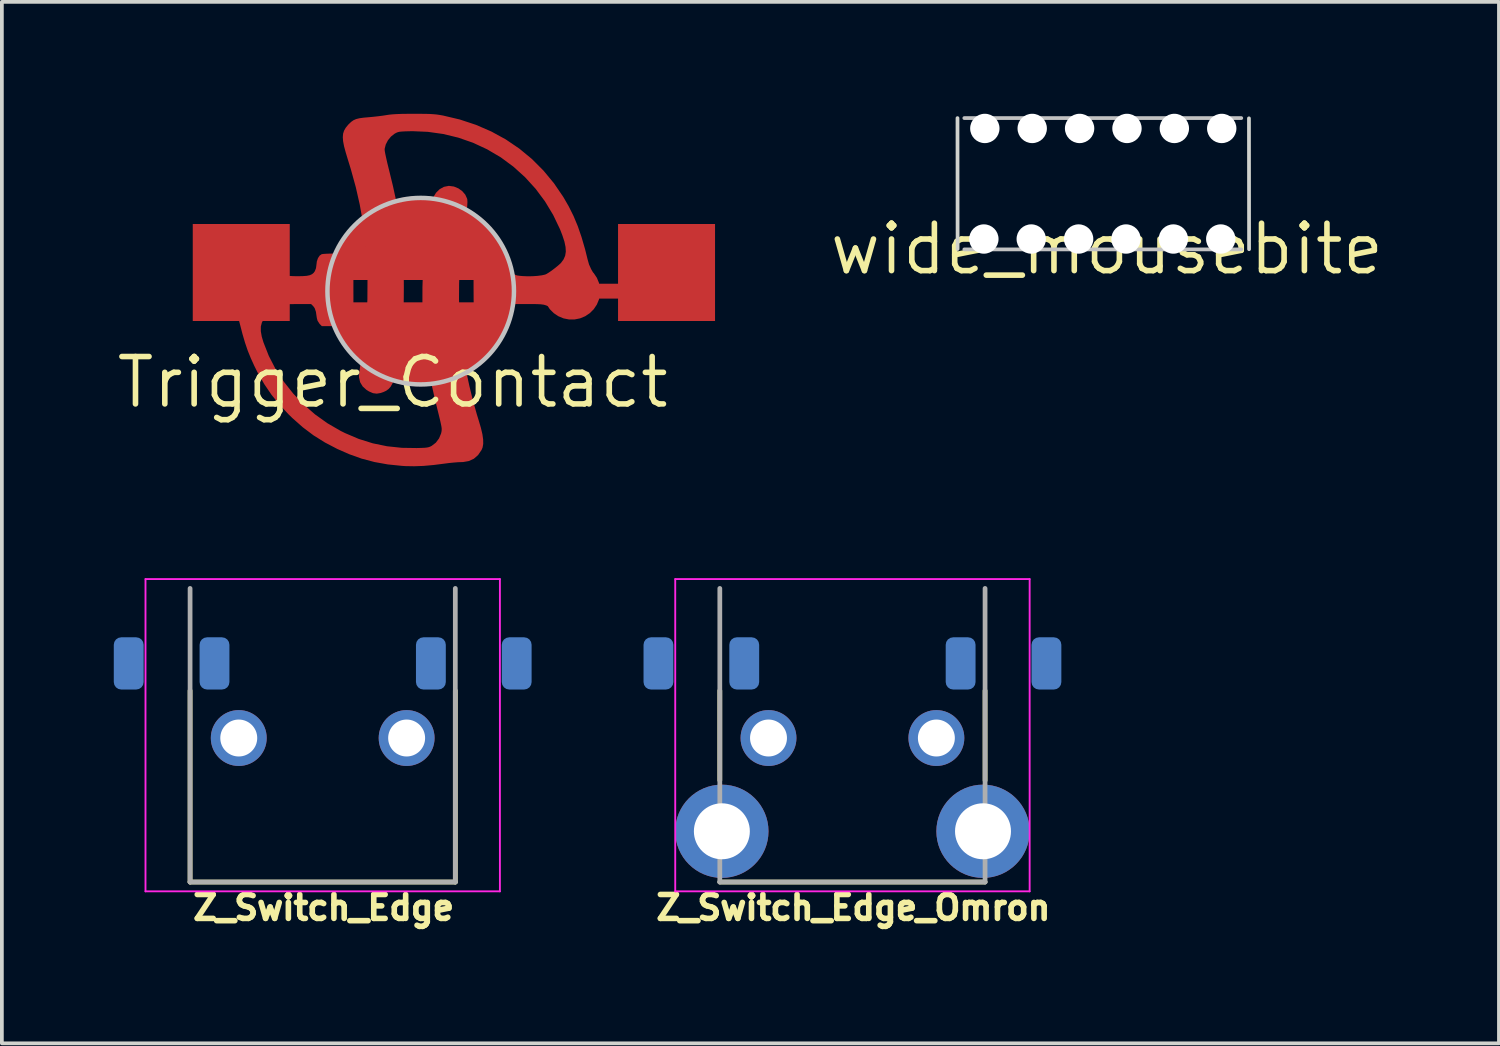
<source format=kicad_pcb>
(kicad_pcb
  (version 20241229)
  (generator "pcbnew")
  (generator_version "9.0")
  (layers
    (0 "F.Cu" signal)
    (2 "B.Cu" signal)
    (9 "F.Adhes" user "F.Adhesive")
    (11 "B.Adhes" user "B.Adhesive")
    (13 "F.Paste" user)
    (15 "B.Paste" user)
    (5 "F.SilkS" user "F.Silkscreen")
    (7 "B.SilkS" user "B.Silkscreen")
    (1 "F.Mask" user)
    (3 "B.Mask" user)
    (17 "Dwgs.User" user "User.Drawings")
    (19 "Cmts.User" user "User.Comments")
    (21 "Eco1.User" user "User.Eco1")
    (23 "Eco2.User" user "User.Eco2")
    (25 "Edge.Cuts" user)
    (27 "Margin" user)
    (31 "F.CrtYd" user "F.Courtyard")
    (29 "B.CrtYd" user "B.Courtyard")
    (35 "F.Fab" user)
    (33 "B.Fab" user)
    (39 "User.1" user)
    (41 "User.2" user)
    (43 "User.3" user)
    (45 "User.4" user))
  (footprint "Z_Switch_Edge_Omron"
    (layer "F.Cu")
    (at 19.8 16.733)
    (property "Reference" "Z_Switch_Edge_Omron" (at 0.026 4.546 0) (layer "F.SilkS") (effects (font (size 0.641 0.641) (thickness 0.15))))
    (attr through_hole)
    (fp_line (start -3.555 -1.27) (end -3.555 1.133) (stroke (width 0.127) (type solid)) (layer "F.SilkS"))
    (fp_line (start -3.555 3.86) (end 3.555 3.86) (stroke (width 0.127) (type solid)) (layer "F.SilkS"))
    (fp_line (start 3.556 1.138) (end 3.555 -1.27) (stroke (width 0.127) (type solid)) (layer "F.SilkS"))
    (fp_line (start -4.75 -4.26) (end -4.75 4.11) (stroke (width 0.05) (type solid)) (layer "F.CrtYd"))
    (fp_line (start -4.75 4.11) (end 4.75 4.11) (stroke (width 0.05) (type solid)) (layer "F.CrtYd"))
    (fp_line (start 4.75 -4.26) (end -4.75 -4.26) (stroke (width 0.05) (type solid)) (layer "F.CrtYd"))
    (fp_line (start 4.75 4.11) (end 4.75 -4.26) (stroke (width 0.05) (type solid)) (layer "F.CrtYd"))
    (fp_line (start -3.555 -4.01) (end -3.555 3.86) (stroke (width 0.127) (type solid)) (layer "F.Fab"))
    (fp_line (start -3.555 3.86) (end 3.555 3.86) (stroke (width 0.127) (type solid)) (layer "F.Fab"))
    (fp_line (start 3.555 3.86) (end 3.555 -4.01) (stroke (width 0.127) (type solid)) (layer "F.Fab"))
    (pad "1" thru_hole circle (at -2.25 0) (size 1.498 1.498) (drill 0.99) (layers "*.Cu" "*.Mask"))
    (pad "2" thru_hole circle (at 2.25 0) (size 1.498 1.498) (drill 0.99) (layers "*.Cu" "*.Mask"))
    (pad "3" smd roundrect (at -5.2 -2) (size 0.8 1.4) (layers "B.Cu" "B.Mask" "F.Paste") (roundrect_rratio 0.25))
    (pad "4" smd roundrect (at -2.9 -2) (size 0.8 1.4) (layers "B.Cu" "B.Mask" "F.Paste") (roundrect_rratio 0.25))
    (pad "5" smd roundrect (at 2.9 -2) (size 0.8 1.4) (layers "B.Cu" "B.Mask" "F.Paste") (roundrect_rratio 0.25))
    (pad "6" smd roundrect (at 5.2 -2) (size 0.8 1.4) (layers "B.Cu" "B.Mask" "F.Paste") (roundrect_rratio 0.25))
    (pad "MP" thru_hole circle (at -3.5 2.5) (size 2.5 2.5) (drill 1.5) (layers "*.Cu" "*.Mask"))
    (pad "MP" thru_hole circle (at 3.5 2.5) (size 2.5 2.5) (drill 1.5) (layers "*.Cu" "*.Mask")))
  (footprint "wide_mousebite"
    (layer "F.Cu")
    (at 26.623 3.624)
    (property "Reference" "wide_mousebite" (at 0 0 180) (layer "F.SilkS") (effects (font (size 1.27 1.27) (thickness 0.15))))
    (fp_line (start -3.824 0.011) (end 3.6 0.011) (stroke (width 0.1) (type solid)) (layer "Dwgs.User"))
    (fp_line (start 3.6 -3.509) (end -3.824 -3.509) (stroke (width 0.1) (type solid)) (layer "Dwgs.User"))
    (fp_line (start -4.007 -3.508) (end -4.004 0) (stroke (width 0.1) (type solid)) (layer "Edge.Cuts"))
    (fp_line (start 3.806 -3.502) (end 3.809 0.006) (stroke (width 0.1) (type solid)) (layer "Edge.Cuts"))
    (pad "" np_thru_hole circle (at -3.3 -0.267) (size 0.787 0.787) (drill 0.787) (layers "*.Cu" "*.Mask"))
    (pad "" np_thru_hole circle (at -3.274 -3.231 180) (size 0.787 0.787) (drill 0.787) (layers "*.Cu" "*.Mask"))
    (pad "" np_thru_hole circle (at -2.03 -0.267) (size 0.787 0.787) (drill 0.787) (layers "*.Cu" "*.Mask"))
    (pad "" np_thru_hole circle (at -2.004 -3.231 180) (size 0.787 0.787) (drill 0.787) (layers "*.Cu" "*.Mask"))
    (pad "" np_thru_hole circle (at -0.76 -0.267) (size 0.787 0.787) (drill 0.787) (layers "*.Cu" "*.Mask"))
    (pad "" np_thru_hole circle (at -0.734 -3.231 180) (size 0.787 0.787) (drill 0.787) (layers "*.Cu" "*.Mask"))
    (pad "" np_thru_hole circle (at 0.51 -0.267) (size 0.787 0.787) (drill 0.787) (layers "*.Cu" "*.Mask"))
    (pad "" np_thru_hole circle (at 0.536 -3.231 180) (size 0.787 0.787) (drill 0.787) (layers "*.Cu" "*.Mask"))
    (pad "" np_thru_hole circle (at 1.78 -0.267) (size 0.787 0.787) (drill 0.787) (layers "*.Cu" "*.Mask"))
    (pad "" np_thru_hole circle (at 1.806 -3.231 180) (size 0.787 0.787) (drill 0.787) (layers "*.Cu" "*.Mask"))
    (pad "" np_thru_hole circle (at 3.05 -0.267) (size 0.787 0.787) (drill 0.787) (layers "*.Cu" "*.Mask"))
    (pad "" np_thru_hole circle (at 3.076 -3.231 180) (size 0.787 0.787) (drill 0.787) (layers "*.Cu" "*.Mask")))
  (footprint "Trigger_Contact"
    (layer "F.Cu")
    (at 8.227 4.755)
    (property "Reference" "Trigger_Contact" (at -0.751 2.442 180) (layer "F.SilkS") (effects (font (size 1.27 1.27) (thickness 0.15))))
    (attr through_hole)
    (fp_circle (center 0 0) (end 3.2 0) (stroke (width 0.12) (type solid)) (fill yes) (layer "F.Mask"))
    (fp_circle (center 0 0) (end 0 -2.5) (stroke (width 0.12) (type solid)) (fill no) (layer "Dwgs.User"))
    (pad "1" smd custom (at -4.45 0 90) (size 1.524 1.524) (layers "F.Cu" "F.Mask" "F.Paste") (options (anchor circle)) (primitives (gr_rect (start -0.8 -1.66) (end 1.8 0.94) (width 0) (fill yes)) (gr_poly (pts (xy 0.252 -0.691) (xy 0.406 -0.622) (xy 0.542 -0.517) (xy 0.562 -0.495) (xy 0.646 -0.394) (xy 0.702 -0.297) (xy 0.735 -0.19) (xy 0.749 -0.061) (xy 0.75 0.007) (xy 0.748 0.108) (xy 0.742 0.179) (xy 0.729 0.235) (xy 0.707 0.289) (xy 0.694 0.315) (xy 0.647 0.392) (xy 0.588 0.478) (xy 0.55 0.527) (xy 0.494 0.603) (xy 0.453 0.683) (xy 0.424 0.775) (xy 0.407 0.887) (xy 0.398 1.027) (xy 0.396 1.134) (xy 0.398 1.282) (xy 0.406 1.394) (xy 0.423 1.478) (xy 0.451 1.54) (xy 0.49 1.586) (xy 0.532 1.616) (xy 0.614 1.648) (xy 0.697 1.659) (xy 0.796 1.671) (xy 0.884 1.701) (xy 0.951 1.746) (xy 0.987 1.799) (xy 0.987 1.8) (xy 0.993 1.842) (xy 0.998 1.917) (xy 1.002 2.016) (xy 1.004 2.128) (xy 1.004 2.167) (xy 1.004 2.278) (xy 1.003 2.371) (xy 0.996 2.447) (xy 0.98 2.506) (xy 0.952 2.552) (xy 0.907 2.587) (xy 0.842 2.61) (xy 0.754 2.626) (xy 0.638 2.635) (xy 0.492 2.639) (xy 0.311 2.641) (xy 0.092 2.641) (xy 0.051 2.641) (xy -0.178 2.642) (xy -0.369 2.641) (xy -0.525 2.638) (xy -0.649 2.63) (xy -0.745 2.615) (xy -0.817 2.592) (xy -0.867 2.558) (xy -0.901 2.512) (xy -0.921 2.451) (xy -0.93 2.375) (xy -0.933 2.28) (xy -0.933 2.166) (xy -0.933 2.119) (xy -0.933 1.803) (xy -0.874 1.744) (xy -0.791 1.69) (xy -0.725 1.672) (xy -0.642 1.659) (xy -0.556 1.647) (xy -0.548 1.645) (xy -0.451 1.612) (xy -0.399 1.573) (xy -0.34 1.514) (xy -0.341 1.136) (xy -0.342 0.974) (xy -0.349 0.846) (xy -0.363 0.742) (xy -0.389 0.656) (xy -0.429 0.577) (xy -0.486 0.498) (xy -0.564 0.409) (xy -0.632 0.338) (xy -0.732 0.248) (xy -0.835 0.189) (xy -0.946 0.16) (xy -1.073 0.159) (xy -1.221 0.185) (xy -1.372 0.23) (xy -1.74 0.375) (xy -2.094 0.558) (xy -2.43 0.777) (xy -2.747 1.028) (xy -3.041 1.309) (xy -3.308 1.616) (xy -3.545 1.948) (xy -3.75 2.302) (xy -3.809 2.421) (xy -3.966 2.79) (xy -4.083 3.164) (xy -4.162 3.547) (xy -4.204 3.944) (xy -4.21 4.339) (xy -4.207 4.463) (xy -4.203 4.554) (xy -4.196 4.619) (xy -4.186 4.667) (xy -4.171 4.707) (xy -4.151 4.747) (xy -4.15 4.748) (xy -4.064 4.86) (xy -3.949 4.946) (xy -3.816 5.001) (xy -3.8 5.005) (xy -3.762 5.013) (xy -3.727 5.017) (xy -3.688 5.018) (xy -3.641 5.013) (xy -3.578 5.001) (xy -3.495 4.983) (xy -3.385 4.957) (xy -3.243 4.922) (xy -3.159 4.901) (xy -2.824 4.82) (xy -2.519 4.751) (xy -2.233 4.694) (xy -1.956 4.646) (xy -1.677 4.605) (xy -1.386 4.569) (xy -1.208 4.55) (xy -0.789 4.517) (xy -0.345 4.501) (xy 0.114 4.502) (xy 0.58 4.518) (xy 1.042 4.55) (xy 1.493 4.596) (xy 1.922 4.657) (xy 2.322 4.731) (xy 2.365 4.741) (xy 2.513 4.79) (xy 2.635 4.865) (xy 2.73 4.961) (xy 2.792 5.074) (xy 2.817 5.2) (xy 2.817 5.212) (xy 2.8 5.339) (xy 2.751 5.458) (xy 2.677 5.561) (xy 2.584 5.641) (xy 2.478 5.689) (xy 2.457 5.694) (xy 2.387 5.698) (xy 2.281 5.692) (xy 2.138 5.675) (xy 1.956 5.648) (xy 1.776 5.617) (xy 1.423 5.562) (xy 1.039 5.52) (xy 0.633 5.491) (xy 0.214 5.475) (xy -0.208 5.472) (xy -0.624 5.481) (xy -1.024 5.505) (xy -1.4 5.542) (xy -1.42 5.544) (xy -1.774 5.596) (xy -2.153 5.666) (xy -2.543 5.75) (xy -2.931 5.845) (xy -3.303 5.95) (xy -3.462 5.999) (xy -3.665 6.059) (xy -3.835 6.099) (xy -3.977 6.119) (xy -4.093 6.121) (xy -4.189 6.104) (xy -4.252 6.078) (xy -4.388 5.986) (xy -4.487 5.873) (xy -4.549 5.738) (xy -4.576 5.582) (xy -4.577 5.533) (xy -4.58 5.448) (xy -4.589 5.337) (xy -4.601 5.213) (xy -4.617 5.092) (xy -4.655 4.792) (xy -4.679 4.523) (xy -4.688 4.274) (xy -4.684 4.038) (xy -4.678 3.95) (xy -4.639 3.568) (xy -4.575 3.212) (xy -4.485 2.871) (xy -4.365 2.535) (xy -4.226 2.219) (xy -4.051 1.884) (xy -3.86 1.579) (xy -3.645 1.293) (xy -3.398 1.014) (xy -3.304 0.917) (xy -3.039 0.669) (xy -2.77 0.452) (xy -2.488 0.26) (xy -2.18 0.084) (xy -2.002 -0.005) (xy -1.796 -0.099) (xy -1.594 -0.181) (xy -1.383 -0.253) (xy -1.152 -0.321) (xy -0.943 -0.375) (xy -0.786 -0.416) (xy -0.665 -0.453) (xy -0.573 -0.487) (xy -0.506 -0.521) (xy -0.499 -0.526) (xy -0.386 -0.595) (xy -0.299 -0.644) (xy -0.227 -0.677) (xy -0.163 -0.698) (xy -0.095 -0.712) (xy -0.094 -0.713) (xy 0.084 -0.722) (xy 0.252 -0.691)) (width 0.01) (fill yes))))
    (pad "1" smd custom (at 0 0.6 180) (size 0.001 0.001) (layers "F.Cu" "F.Mask" "F.Paste") (options (anchor circle)) (primitives (gr_poly (pts (xy 2.4 0.2) (xy 2.373 0.046) (xy 2.285 -0.253) (xy 2.159 -0.539) (xy 1.997 -0.806) (xy 1.803 -1.05) (xy 1.579 -1.267) (xy 1.329 -1.454) (xy 1.057 -1.607) (xy 0.767 -1.725) (xy 0.466 -1.804) (xy 0.156 -1.844) (xy -0.156 -1.844) (xy -0.466 -1.804) (xy -0.767 -1.725) (xy -1.057 -1.607) (xy -1.329 -1.454) (xy -1.579 -1.267) (xy -1.803 -1.05) (xy -1.997 -0.806) (xy -2.159 -0.539) (xy -2.285 -0.253) (xy -2.373 0.046) (xy -2.4 0.2)) (width 0.2) (fill yes))))
    (pad "2" smd custom (at 0 -0.6) (size 0.001 0.001) (layers "F.Cu" "F.Mask" "F.Paste") (options (anchor circle)) (primitives (gr_poly (pts (xy 2.4 0.2) (xy 2.373 0.046) (xy 2.285 -0.253) (xy 2.159 -0.539) (xy 1.997 -0.806) (xy 1.803 -1.05) (xy 1.579 -1.267) (xy 1.329 -1.454) (xy 1.057 -1.607) (xy 0.767 -1.725) (xy 0.466 -1.804) (xy 0.156 -1.844) (xy -0.156 -1.844) (xy -0.466 -1.804) (xy -0.767 -1.725) (xy -1.057 -1.607) (xy -1.329 -1.454) (xy -1.579 -1.267) (xy -1.803 -1.05) (xy -1.997 -0.806) (xy -2.159 -0.539) (xy -2.285 -0.253) (xy -2.373 0.046) (xy -2.4 0.2)) (width 0.2) (fill yes))))
    (pad "2" smd custom (at 4.05 0 90) (size 1.524 1.524) (layers "F.Cu" "F.Mask" "F.Paste") (options (anchor circle)) (primitives (gr_line (start 0 0) (end 0 2) (width 0.4)) (gr_rect (start -0.8 1.24) (end 1.8 3.84) (width 0) (fill yes)) (gr_poly (pts (xy 4.221 -6.125) (xy 4.302 -6.099) (xy 4.377 -6.056) (xy 4.451 -5.996) (xy 4.472 -5.977) (xy 4.532 -5.914) (xy 4.576 -5.852) (xy 4.608 -5.781) (xy 4.63 -5.693) (xy 4.646 -5.578) (xy 4.656 -5.462) (xy 4.668 -5.333) (xy 4.683 -5.196) (xy 4.699 -5.069) (xy 4.713 -4.98) (xy 4.726 -4.897) (xy 4.735 -4.804) (xy 4.742 -4.694) (xy 4.747 -4.56) (xy 4.749 -4.396) (xy 4.75 -4.238) (xy 4.749 -4.063) (xy 4.748 -3.923) (xy 4.745 -3.809) (xy 4.739 -3.715) (xy 4.732 -3.633) (xy 4.721 -3.555) (xy 4.707 -3.473) (xy 4.703 -3.452) (xy 4.596 -3) (xy 4.453 -2.568) (xy 4.275 -2.158) (xy 4.063 -1.771) (xy 3.817 -1.409) (xy 3.539 -1.072) (xy 3.228 -0.762) (xy 2.887 -0.48) (xy 2.525 -0.233) (xy 2.272 -0.087) (xy 2.014 0.042) (xy 1.741 0.156) (xy 1.447 0.257) (xy 1.125 0.351) (xy 0.858 0.417) (xy 0.713 0.458) (xy 0.587 0.515) (xy 0.516 0.556) (xy 0.435 0.605) (xy 0.359 0.647) (xy 0.301 0.677) (xy 0.292 0.681) (xy 0.186 0.71) (xy 0.062 0.723) (xy -0.061 0.719) (xy -0.088 0.715) (xy -0.231 0.671) (xy -0.369 0.593) (xy -0.491 0.489) (xy -0.587 0.367) (xy -0.611 0.322) (xy -0.664 0.173) (xy -0.683 0.008) (xy -0.676 -0.109) (xy -0.658 -0.205) (xy -0.63 -0.287) (xy -0.587 -0.369) (xy -0.52 -0.464) (xy -0.496 -0.496) (xy -0.443 -0.566) (xy -0.404 -0.626) (xy -0.377 -0.684) (xy -0.358 -0.749) (xy -0.347 -0.829) (xy -0.342 -0.931) (xy -0.34 -1.063) (xy -0.34 -1.139) (xy -0.34 -1.512) (xy -0.409 -1.58) (xy -0.451 -1.617) (xy -0.493 -1.64) (xy -0.55 -1.654) (xy -0.633 -1.663) (xy -0.735 -1.676) (xy -0.812 -1.696) (xy -0.867 -1.728) (xy -0.905 -1.78) (xy -0.927 -1.855) (xy -0.939 -1.959) (xy -0.943 -2.098) (xy -0.943 -2.153) (xy -0.943 -2.275) (xy -0.94 -2.362) (xy -0.934 -2.424) (xy -0.925 -2.469) (xy -0.91 -2.505) (xy -0.9 -2.523) (xy -0.863 -2.574) (xy -0.817 -2.6) (xy -0.762 -2.612) (xy -0.72 -2.615) (xy -0.64 -2.618) (xy -0.529 -2.621) (xy -0.392 -2.624) (xy -0.235 -2.626) (xy -0.063 -2.627) (xy 0.106 -2.628) (xy 0.88 -2.629) (xy 0.942 -2.565) (xy 1.004 -2.5) (xy 1.011 -2.145) (xy 1.017 -1.79) (xy 0.935 -1.733) (xy 0.861 -1.694) (xy 0.766 -1.668) (xy 0.698 -1.657) (xy 0.61 -1.644) (xy 0.551 -1.626) (xy 0.507 -1.6) (xy 0.479 -1.574) (xy 0.447 -1.539) (xy 0.427 -1.503) (xy 0.414 -1.454) (xy 0.405 -1.38) (xy 0.4 -1.324) (xy 0.394 -1.189) (xy 0.396 -1.05) (xy 0.405 -0.919) (xy 0.42 -0.803) (xy 0.44 -0.714) (xy 0.454 -0.68) (xy 0.493 -0.616) (xy 0.549 -0.534) (xy 0.616 -0.446) (xy 0.682 -0.365) (xy 0.738 -0.302) (xy 0.758 -0.283) (xy 0.849 -0.216) (xy 0.948 -0.173) (xy 1.058 -0.155) (xy 1.184 -0.162) (xy 1.332 -0.193) (xy 1.505 -0.25) (xy 1.664 -0.312) (xy 2.046 -0.495) (xy 2.408 -0.713) (xy 2.745 -0.964) (xy 3.056 -1.247) (xy 3.338 -1.558) (xy 3.589 -1.897) (xy 3.597 -1.91) (xy 3.808 -2.269) (xy 3.983 -2.646) (xy 4.12 -3.04) (xy 4.218 -3.445) (xy 4.276 -3.858) (xy 4.294 -4.275) (xy 4.292 -4.346) (xy 4.289 -4.467) (xy 4.284 -4.555) (xy 4.278 -4.618) (xy 4.267 -4.664) (xy 4.251 -4.704) (xy 4.229 -4.745) (xy 4.226 -4.751) (xy 4.149 -4.849) (xy 4.048 -4.932) (xy 3.934 -4.991) (xy 3.82 -5.02) (xy 3.789 -5.021) (xy 3.746 -5.016) (xy 3.669 -5.002) (xy 3.564 -4.979) (xy 3.439 -4.951) (xy 3.301 -4.917) (xy 3.213 -4.895) (xy 2.814 -4.798) (xy 2.443 -4.717) (xy 2.09 -4.651) (xy 1.748 -4.599) (xy 1.405 -4.56) (xy 1.053 -4.533) (xy 0.682 -4.516) (xy 0.283 -4.508) (xy 0.094 -4.507) (xy -0.186 -4.509) (xy -0.433 -4.513) (xy -0.656 -4.521) (xy -0.864 -4.534) (xy -1.067 -4.552) (xy -1.273 -4.575) (xy -1.492 -4.604) (xy -1.674 -4.631) (xy -1.904 -4.668) (xy -2.095 -4.704) (xy -2.253 -4.739) (xy -2.38 -4.775) (xy -2.481 -4.816) (xy -2.559 -4.861) (xy -2.619 -4.914) (xy -2.665 -4.977) (xy -2.699 -5.05) (xy -2.725 -5.125) (xy -2.742 -5.227) (xy -2.73 -5.325) (xy -2.685 -5.43) (xy -2.642 -5.5) (xy -2.55 -5.602) (xy -2.438 -5.669) (xy -2.311 -5.698) (xy -2.282 -5.699) (xy -2.226 -5.695) (xy -2.138 -5.685) (xy -2.027 -5.67) (xy -1.903 -5.651) (xy -1.815 -5.636) (xy -1.275 -5.556) (xy -0.753 -5.502) (xy -0.234 -5.474) (xy 0.296 -5.471) (xy 0.39 -5.473) (xy 0.904 -5.495) (xy 1.39 -5.535) (xy 1.86 -5.596) (xy 2.322 -5.679) (xy 2.789 -5.785) (xy 3.271 -5.918) (xy 3.534 -5.999) (xy 3.727 -6.057) (xy 3.887 -6.1) (xy 4.019 -6.125) (xy 4.128 -6.133) (xy 4.221 -6.125)) (width 0.01) (fill yes)))))
  (footprint "Z_Switch_Edge"
    (layer "F.Cu")
    (at 5.6 16.733)
    (property "Reference" "Z_Switch_Edge" (at 0.026 4.546 0) (layer "F.SilkS") (effects (font (size 0.641 0.641) (thickness 0.15))))
    (attr through_hole)
    (fp_line (start -3.555 -1.27) (end -3.555 3.86) (stroke (width 0.127) (type solid)) (layer "F.SilkS"))
    (fp_line (start -3.555 3.86) (end 3.555 3.86) (stroke (width 0.127) (type solid)) (layer "F.SilkS"))
    (fp_line (start 3.555 3.86) (end 3.555 -1.27) (stroke (width 0.127) (type solid)) (layer "F.SilkS"))
    (fp_line (start -4.75 -4.26) (end -4.75 4.11) (stroke (width 0.05) (type solid)) (layer "F.CrtYd"))
    (fp_line (start -4.75 4.11) (end 4.75 4.11) (stroke (width 0.05) (type solid)) (layer "F.CrtYd"))
    (fp_line (start 4.75 -4.26) (end -4.75 -4.26) (stroke (width 0.05) (type solid)) (layer "F.CrtYd"))
    (fp_line (start 4.75 4.11) (end 4.75 -4.26) (stroke (width 0.05) (type solid)) (layer "F.CrtYd"))
    (fp_line (start -3.555 -4.01) (end -3.555 3.86) (stroke (width 0.127) (type solid)) (layer "F.Fab"))
    (fp_line (start -3.555 3.86) (end 3.555 3.86) (stroke (width 0.127) (type solid)) (layer "F.Fab"))
    (fp_line (start 3.555 3.86) (end 3.555 -4.01) (stroke (width 0.127) (type solid)) (layer "F.Fab"))
    (pad "1" thru_hole circle (at -2.25 0) (size 1.498 1.498) (drill 0.99) (layers "*.Cu" "*.Mask"))
    (pad "2" thru_hole circle (at 2.25 0) (size 1.498 1.498) (drill 0.99) (layers "*.Cu" "*.Mask"))
    (pad "3" smd roundrect (at -5.2 -2) (size 0.8 1.4) (layers "B.Cu" "B.Mask" "F.Paste") (roundrect_rratio 0.25))
    (pad "4" smd roundrect (at -2.9 -2) (size 0.8 1.4) (layers "B.Cu" "B.Mask" "F.Paste") (roundrect_rratio 0.25))
    (pad "5" smd roundrect (at 2.9 -2) (size 0.8 1.4) (layers "B.Cu" "B.Mask" "F.Paste") (roundrect_rratio 0.25))
    (pad "6" smd roundrect (at 5.2 -2) (size 0.8 1.4) (layers "B.Cu" "B.Mask" "F.Paste") (roundrect_rratio 0.25)))
  (gr_rect
    (start -3 -3)
    (end 37.13 24.917)
    (stroke (width 0.1) (type default))
    (fill no)
    (layer "Edge.Cuts")))
</source>
